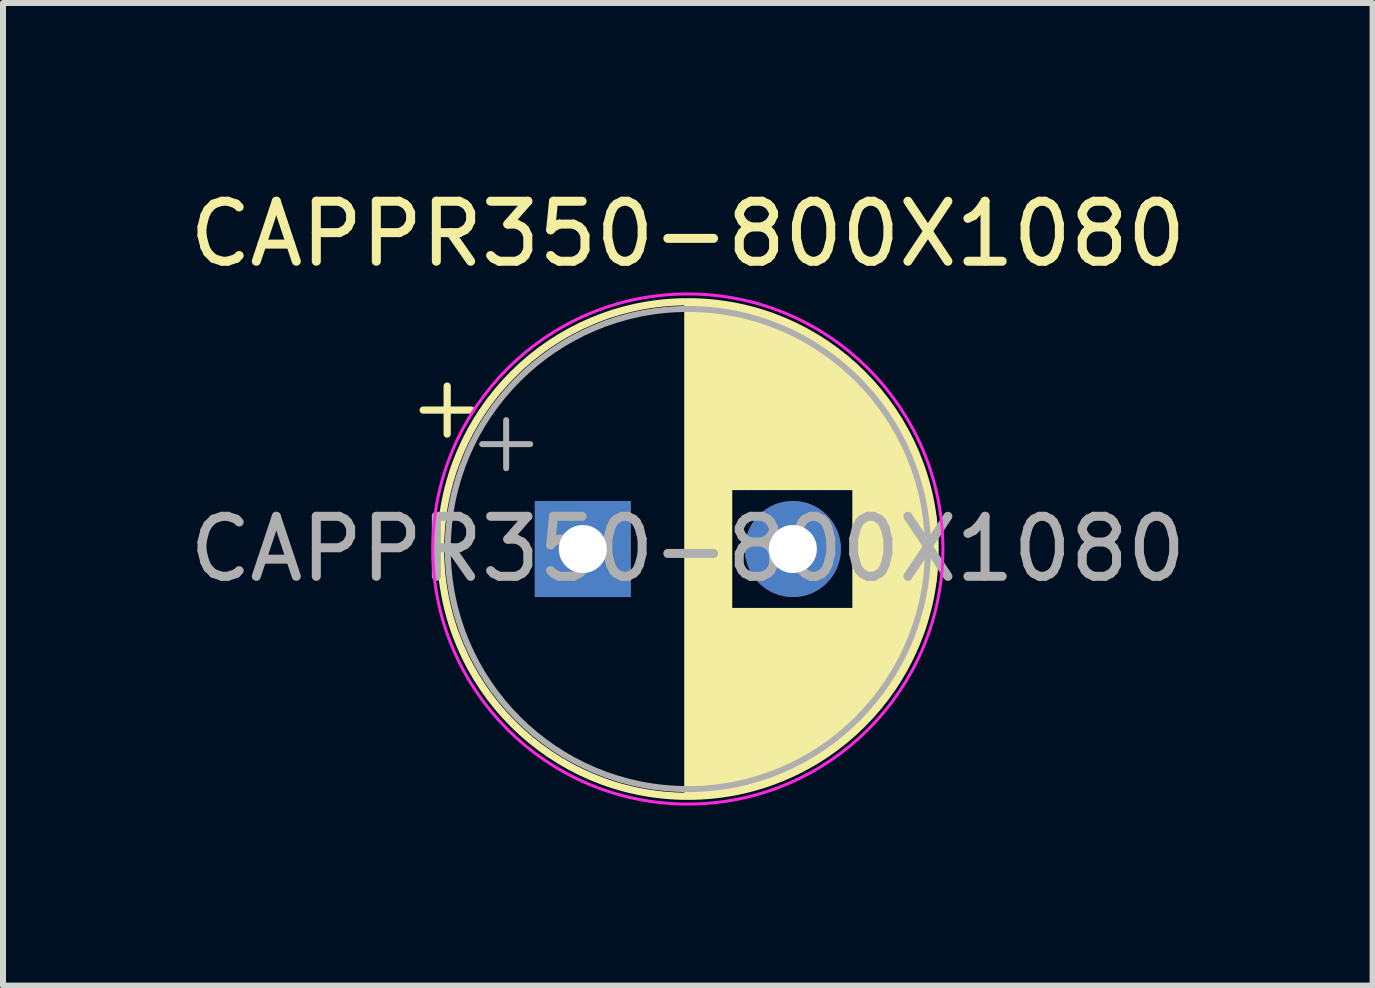
<source format=kicad_pcb>
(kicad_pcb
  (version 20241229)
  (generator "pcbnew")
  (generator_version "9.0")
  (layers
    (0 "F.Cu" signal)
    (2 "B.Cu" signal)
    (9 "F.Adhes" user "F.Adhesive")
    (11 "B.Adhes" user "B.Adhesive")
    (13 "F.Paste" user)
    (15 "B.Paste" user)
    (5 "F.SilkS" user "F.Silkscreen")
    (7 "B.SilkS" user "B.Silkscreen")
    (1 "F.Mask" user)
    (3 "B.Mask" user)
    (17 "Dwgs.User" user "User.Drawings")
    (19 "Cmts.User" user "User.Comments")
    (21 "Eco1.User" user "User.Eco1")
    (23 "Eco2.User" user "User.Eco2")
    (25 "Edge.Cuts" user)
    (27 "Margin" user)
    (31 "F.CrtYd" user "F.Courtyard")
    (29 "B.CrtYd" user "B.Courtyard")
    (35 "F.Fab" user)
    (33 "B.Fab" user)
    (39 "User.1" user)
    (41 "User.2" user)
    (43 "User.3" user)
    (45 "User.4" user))
  (footprint "CAPPR350-800X1080"
    (layer "F.Cu")
    (at 6.661 6.098)
    (property "Reference" "CAPPR350-800X1080" (at 1.75 -5.25 0) (layer "F.SilkS") (effects (font (size 1 1) (thickness 0.15))))
    (attr through_hole)
    (fp_line (start -2.66 -2.315) (end -1.86 -2.315) (stroke (width 0.12) (type solid)) (layer "F.SilkS"))
    (fp_line (start -2.26 -2.715) (end -2.26 -1.915) (stroke (width 0.12) (type solid)) (layer "F.SilkS"))
    (fp_line (start 1.75 -4.08) (end 1.75 4.08) (stroke (width 0.12) (type solid)) (layer "F.SilkS"))
    (fp_line (start 1.79 -4.08) (end 1.79 4.08) (stroke (width 0.12) (type solid)) (layer "F.SilkS"))
    (fp_line (start 1.83 -4.08) (end 1.83 4.08) (stroke (width 0.12) (type solid)) (layer "F.SilkS"))
    (fp_line (start 1.87 -4.079) (end 1.87 4.079) (stroke (width 0.12) (type solid)) (layer "F.SilkS"))
    (fp_line (start 1.91 -4.077) (end 1.91 4.077) (stroke (width 0.12) (type solid)) (layer "F.SilkS"))
    (fp_line (start 1.95 -4.076) (end 1.95 4.076) (stroke (width 0.12) (type solid)) (layer "F.SilkS"))
    (fp_line (start 1.99 -4.074) (end 1.99 4.074) (stroke (width 0.12) (type solid)) (layer "F.SilkS"))
    (fp_line (start 2.03 -4.071) (end 2.03 4.071) (stroke (width 0.12) (type solid)) (layer "F.SilkS"))
    (fp_line (start 2.07 -4.068) (end 2.07 4.068) (stroke (width 0.12) (type solid)) (layer "F.SilkS"))
    (fp_line (start 2.11 -4.065) (end 2.11 4.065) (stroke (width 0.12) (type solid)) (layer "F.SilkS"))
    (fp_line (start 2.15 -4.061) (end 2.15 4.061) (stroke (width 0.12) (type solid)) (layer "F.SilkS"))
    (fp_line (start 2.19 -4.057) (end 2.19 4.057) (stroke (width 0.12) (type solid)) (layer "F.SilkS"))
    (fp_line (start 2.23 -4.052) (end 2.23 4.052) (stroke (width 0.12) (type solid)) (layer "F.SilkS"))
    (fp_line (start 2.27 -4.048) (end 2.27 4.048) (stroke (width 0.12) (type solid)) (layer "F.SilkS"))
    (fp_line (start 2.31 -4.042) (end 2.31 4.042) (stroke (width 0.12) (type solid)) (layer "F.SilkS"))
    (fp_line (start 2.35 -4.037) (end 2.35 4.037) (stroke (width 0.12) (type solid)) (layer "F.SilkS"))
    (fp_line (start 2.39 -4.03) (end 2.39 4.03) (stroke (width 0.12) (type solid)) (layer "F.SilkS"))
    (fp_line (start 2.43 -4.024) (end 2.43 4.024) (stroke (width 0.12) (type solid)) (layer "F.SilkS"))
    (fp_line (start 2.471 -4.017) (end 2.471 -1.04) (stroke (width 0.12) (type solid)) (layer "F.SilkS"))
    (fp_line (start 2.471 1.04) (end 2.471 4.017) (stroke (width 0.12) (type solid)) (layer "F.SilkS"))
    (fp_line (start 2.511 -4.01) (end 2.511 -1.04) (stroke (width 0.12) (type solid)) (layer "F.SilkS"))
    (fp_line (start 2.511 1.04) (end 2.511 4.01) (stroke (width 0.12) (type solid)) (layer "F.SilkS"))
    (fp_line (start 2.551 -4.002) (end 2.551 -1.04) (stroke (width 0.12) (type solid)) (layer "F.SilkS"))
    (fp_line (start 2.551 1.04) (end 2.551 4.002) (stroke (width 0.12) (type solid)) (layer "F.SilkS"))
    (fp_line (start 2.591 -3.994) (end 2.591 -1.04) (stroke (width 0.12) (type solid)) (layer "F.SilkS"))
    (fp_line (start 2.591 1.04) (end 2.591 3.994) (stroke (width 0.12) (type solid)) (layer "F.SilkS"))
    (fp_line (start 2.631 -3.985) (end 2.631 -1.04) (stroke (width 0.12) (type solid)) (layer "F.SilkS"))
    (fp_line (start 2.631 1.04) (end 2.631 3.985) (stroke (width 0.12) (type solid)) (layer "F.SilkS"))
    (fp_line (start 2.671 -3.976) (end 2.671 -1.04) (stroke (width 0.12) (type solid)) (layer "F.SilkS"))
    (fp_line (start 2.671 1.04) (end 2.671 3.976) (stroke (width 0.12) (type solid)) (layer "F.SilkS"))
    (fp_line (start 2.711 -3.967) (end 2.711 -1.04) (stroke (width 0.12) (type solid)) (layer "F.SilkS"))
    (fp_line (start 2.711 1.04) (end 2.711 3.967) (stroke (width 0.12) (type solid)) (layer "F.SilkS"))
    (fp_line (start 2.751 -3.957) (end 2.751 -1.04) (stroke (width 0.12) (type solid)) (layer "F.SilkS"))
    (fp_line (start 2.751 1.04) (end 2.751 3.957) (stroke (width 0.12) (type solid)) (layer "F.SilkS"))
    (fp_line (start 2.791 -3.947) (end 2.791 -1.04) (stroke (width 0.12) (type solid)) (layer "F.SilkS"))
    (fp_line (start 2.791 1.04) (end 2.791 3.947) (stroke (width 0.12) (type solid)) (layer "F.SilkS"))
    (fp_line (start 2.831 -3.936) (end 2.831 -1.04) (stroke (width 0.12) (type solid)) (layer "F.SilkS"))
    (fp_line (start 2.831 1.04) (end 2.831 3.936) (stroke (width 0.12) (type solid)) (layer "F.SilkS"))
    (fp_line (start 2.871 -3.925) (end 2.871 -1.04) (stroke (width 0.12) (type solid)) (layer "F.SilkS"))
    (fp_line (start 2.871 1.04) (end 2.871 3.925) (stroke (width 0.12) (type solid)) (layer "F.SilkS"))
    (fp_line (start 2.911 -3.914) (end 2.911 -1.04) (stroke (width 0.12) (type solid)) (layer "F.SilkS"))
    (fp_line (start 2.911 1.04) (end 2.911 3.914) (stroke (width 0.12) (type solid)) (layer "F.SilkS"))
    (fp_line (start 2.951 -3.902) (end 2.951 -1.04) (stroke (width 0.12) (type solid)) (layer "F.SilkS"))
    (fp_line (start 2.951 1.04) (end 2.951 3.902) (stroke (width 0.12) (type solid)) (layer "F.SilkS"))
    (fp_line (start 2.991 -3.889) (end 2.991 -1.04) (stroke (width 0.12) (type solid)) (layer "F.SilkS"))
    (fp_line (start 2.991 1.04) (end 2.991 3.889) (stroke (width 0.12) (type solid)) (layer "F.SilkS"))
    (fp_line (start 3.031 -3.877) (end 3.031 -1.04) (stroke (width 0.12) (type solid)) (layer "F.SilkS"))
    (fp_line (start 3.031 1.04) (end 3.031 3.877) (stroke (width 0.12) (type solid)) (layer "F.SilkS"))
    (fp_line (start 3.071 -3.863) (end 3.071 -1.04) (stroke (width 0.12) (type solid)) (layer "F.SilkS"))
    (fp_line (start 3.071 1.04) (end 3.071 3.863) (stroke (width 0.12) (type solid)) (layer "F.SilkS"))
    (fp_line (start 3.111 -3.85) (end 3.111 -1.04) (stroke (width 0.12) (type solid)) (layer "F.SilkS"))
    (fp_line (start 3.111 1.04) (end 3.111 3.85) (stroke (width 0.12) (type solid)) (layer "F.SilkS"))
    (fp_line (start 3.151 -3.835) (end 3.151 -1.04) (stroke (width 0.12) (type solid)) (layer "F.SilkS"))
    (fp_line (start 3.151 1.04) (end 3.151 3.835) (stroke (width 0.12) (type solid)) (layer "F.SilkS"))
    (fp_line (start 3.191 -3.821) (end 3.191 -1.04) (stroke (width 0.12) (type solid)) (layer "F.SilkS"))
    (fp_line (start 3.191 1.04) (end 3.191 3.821) (stroke (width 0.12) (type solid)) (layer "F.SilkS"))
    (fp_line (start 3.231 -3.805) (end 3.231 -1.04) (stroke (width 0.12) (type solid)) (layer "F.SilkS"))
    (fp_line (start 3.231 1.04) (end 3.231 3.805) (stroke (width 0.12) (type solid)) (layer "F.SilkS"))
    (fp_line (start 3.271 -3.79) (end 3.271 -1.04) (stroke (width 0.12) (type solid)) (layer "F.SilkS"))
    (fp_line (start 3.271 1.04) (end 3.271 3.79) (stroke (width 0.12) (type solid)) (layer "F.SilkS"))
    (fp_line (start 3.311 -3.774) (end 3.311 -1.04) (stroke (width 0.12) (type solid)) (layer "F.SilkS"))
    (fp_line (start 3.311 1.04) (end 3.311 3.774) (stroke (width 0.12) (type solid)) (layer "F.SilkS"))
    (fp_line (start 3.351 -3.757) (end 3.351 -1.04) (stroke (width 0.12) (type solid)) (layer "F.SilkS"))
    (fp_line (start 3.351 1.04) (end 3.351 3.757) (stroke (width 0.12) (type solid)) (layer "F.SilkS"))
    (fp_line (start 3.391 -3.74) (end 3.391 -1.04) (stroke (width 0.12) (type solid)) (layer "F.SilkS"))
    (fp_line (start 3.391 1.04) (end 3.391 3.74) (stroke (width 0.12) (type solid)) (layer "F.SilkS"))
    (fp_line (start 3.431 -3.722) (end 3.431 -1.04) (stroke (width 0.12) (type solid)) (layer "F.SilkS"))
    (fp_line (start 3.431 1.04) (end 3.431 3.722) (stroke (width 0.12) (type solid)) (layer "F.SilkS"))
    (fp_line (start 3.471 -3.704) (end 3.471 -1.04) (stroke (width 0.12) (type solid)) (layer "F.SilkS"))
    (fp_line (start 3.471 1.04) (end 3.471 3.704) (stroke (width 0.12) (type solid)) (layer "F.SilkS"))
    (fp_line (start 3.511 -3.686) (end 3.511 -1.04) (stroke (width 0.12) (type solid)) (layer "F.SilkS"))
    (fp_line (start 3.511 1.04) (end 3.511 3.686) (stroke (width 0.12) (type solid)) (layer "F.SilkS"))
    (fp_line (start 3.551 -3.666) (end 3.551 -1.04) (stroke (width 0.12) (type solid)) (layer "F.SilkS"))
    (fp_line (start 3.551 1.04) (end 3.551 3.666) (stroke (width 0.12) (type solid)) (layer "F.SilkS"))
    (fp_line (start 3.591 -3.647) (end 3.591 -1.04) (stroke (width 0.12) (type solid)) (layer "F.SilkS"))
    (fp_line (start 3.591 1.04) (end 3.591 3.647) (stroke (width 0.12) (type solid)) (layer "F.SilkS"))
    (fp_line (start 3.631 -3.627) (end 3.631 -1.04) (stroke (width 0.12) (type solid)) (layer "F.SilkS"))
    (fp_line (start 3.631 1.04) (end 3.631 3.627) (stroke (width 0.12) (type solid)) (layer "F.SilkS"))
    (fp_line (start 3.671 -3.606) (end 3.671 -1.04) (stroke (width 0.12) (type solid)) (layer "F.SilkS"))
    (fp_line (start 3.671 1.04) (end 3.671 3.606) (stroke (width 0.12) (type solid)) (layer "F.SilkS"))
    (fp_line (start 3.711 -3.584) (end 3.711 -1.04) (stroke (width 0.12) (type solid)) (layer "F.SilkS"))
    (fp_line (start 3.711 1.04) (end 3.711 3.584) (stroke (width 0.12) (type solid)) (layer "F.SilkS"))
    (fp_line (start 3.751 -3.562) (end 3.751 -1.04) (stroke (width 0.12) (type solid)) (layer "F.SilkS"))
    (fp_line (start 3.751 1.04) (end 3.751 3.562) (stroke (width 0.12) (type solid)) (layer "F.SilkS"))
    (fp_line (start 3.791 -3.54) (end 3.791 -1.04) (stroke (width 0.12) (type solid)) (layer "F.SilkS"))
    (fp_line (start 3.791 1.04) (end 3.791 3.54) (stroke (width 0.12) (type solid)) (layer "F.SilkS"))
    (fp_line (start 3.831 -3.517) (end 3.831 -1.04) (stroke (width 0.12) (type solid)) (layer "F.SilkS"))
    (fp_line (start 3.831 1.04) (end 3.831 3.517) (stroke (width 0.12) (type solid)) (layer "F.SilkS"))
    (fp_line (start 3.871 -3.493) (end 3.871 -1.04) (stroke (width 0.12) (type solid)) (layer "F.SilkS"))
    (fp_line (start 3.871 1.04) (end 3.871 3.493) (stroke (width 0.12) (type solid)) (layer "F.SilkS"))
    (fp_line (start 3.911 -3.469) (end 3.911 -1.04) (stroke (width 0.12) (type solid)) (layer "F.SilkS"))
    (fp_line (start 3.911 1.04) (end 3.911 3.469) (stroke (width 0.12) (type solid)) (layer "F.SilkS"))
    (fp_line (start 3.951 -3.444) (end 3.951 -1.04) (stroke (width 0.12) (type solid)) (layer "F.SilkS"))
    (fp_line (start 3.951 1.04) (end 3.951 3.444) (stroke (width 0.12) (type solid)) (layer "F.SilkS"))
    (fp_line (start 3.991 -3.418) (end 3.991 -1.04) (stroke (width 0.12) (type solid)) (layer "F.SilkS"))
    (fp_line (start 3.991 1.04) (end 3.991 3.418) (stroke (width 0.12) (type solid)) (layer "F.SilkS"))
    (fp_line (start 4.031 -3.392) (end 4.031 -1.04) (stroke (width 0.12) (type solid)) (layer "F.SilkS"))
    (fp_line (start 4.031 1.04) (end 4.031 3.392) (stroke (width 0.12) (type solid)) (layer "F.SilkS"))
    (fp_line (start 4.071 -3.365) (end 4.071 -1.04) (stroke (width 0.12) (type solid)) (layer "F.SilkS"))
    (fp_line (start 4.071 1.04) (end 4.071 3.365) (stroke (width 0.12) (type solid)) (layer "F.SilkS"))
    (fp_line (start 4.111 -3.338) (end 4.111 -1.04) (stroke (width 0.12) (type solid)) (layer "F.SilkS"))
    (fp_line (start 4.111 1.04) (end 4.111 3.338) (stroke (width 0.12) (type solid)) (layer "F.SilkS"))
    (fp_line (start 4.151 -3.309) (end 4.151 -1.04) (stroke (width 0.12) (type solid)) (layer "F.SilkS"))
    (fp_line (start 4.151 1.04) (end 4.151 3.309) (stroke (width 0.12) (type solid)) (layer "F.SilkS"))
    (fp_line (start 4.191 -3.28) (end 4.191 -1.04) (stroke (width 0.12) (type solid)) (layer "F.SilkS"))
    (fp_line (start 4.191 1.04) (end 4.191 3.28) (stroke (width 0.12) (type solid)) (layer "F.SilkS"))
    (fp_line (start 4.231 -3.25) (end 4.231 -1.04) (stroke (width 0.12) (type solid)) (layer "F.SilkS"))
    (fp_line (start 4.231 1.04) (end 4.231 3.25) (stroke (width 0.12) (type solid)) (layer "F.SilkS"))
    (fp_line (start 4.271 -3.22) (end 4.271 -1.04) (stroke (width 0.12) (type solid)) (layer "F.SilkS"))
    (fp_line (start 4.271 1.04) (end 4.271 3.22) (stroke (width 0.12) (type solid)) (layer "F.SilkS"))
    (fp_line (start 4.311 -3.189) (end 4.311 -1.04) (stroke (width 0.12) (type solid)) (layer "F.SilkS"))
    (fp_line (start 4.311 1.04) (end 4.311 3.189) (stroke (width 0.12) (type solid)) (layer "F.SilkS"))
    (fp_line (start 4.351 -3.156) (end 4.351 -1.04) (stroke (width 0.12) (type solid)) (layer "F.SilkS"))
    (fp_line (start 4.351 1.04) (end 4.351 3.156) (stroke (width 0.12) (type solid)) (layer "F.SilkS"))
    (fp_line (start 4.391 -3.124) (end 4.391 -1.04) (stroke (width 0.12) (type solid)) (layer "F.SilkS"))
    (fp_line (start 4.391 1.04) (end 4.391 3.124) (stroke (width 0.12) (type solid)) (layer "F.SilkS"))
    (fp_line (start 4.431 -3.09) (end 4.431 -1.04) (stroke (width 0.12) (type solid)) (layer "F.SilkS"))
    (fp_line (start 4.431 1.04) (end 4.431 3.09) (stroke (width 0.12) (type solid)) (layer "F.SilkS"))
    (fp_line (start 4.471 -3.055) (end 4.471 -1.04) (stroke (width 0.12) (type solid)) (layer "F.SilkS"))
    (fp_line (start 4.471 1.04) (end 4.471 3.055) (stroke (width 0.12) (type solid)) (layer "F.SilkS"))
    (fp_line (start 4.511 -3.019) (end 4.511 -1.04) (stroke (width 0.12) (type solid)) (layer "F.SilkS"))
    (fp_line (start 4.511 1.04) (end 4.511 3.019) (stroke (width 0.12) (type solid)) (layer "F.SilkS"))
    (fp_line (start 4.551 -2.983) (end 4.551 2.983) (stroke (width 0.12) (type solid)) (layer "F.SilkS"))
    (fp_line (start 4.591 -2.945) (end 4.591 2.945) (stroke (width 0.12) (type solid)) (layer "F.SilkS"))
    (fp_line (start 4.631 -2.907) (end 4.631 2.907) (stroke (width 0.12) (type solid)) (layer "F.SilkS"))
    (fp_line (start 4.671 -2.867) (end 4.671 2.867) (stroke (width 0.12) (type solid)) (layer "F.SilkS"))
    (fp_line (start 4.711 -2.826) (end 4.711 2.826) (stroke (width 0.12) (type solid)) (layer "F.SilkS"))
    (fp_line (start 4.751 -2.784) (end 4.751 2.784) (stroke (width 0.12) (type solid)) (layer "F.SilkS"))
    (fp_line (start 4.791 -2.741) (end 4.791 2.741) (stroke (width 0.12) (type solid)) (layer "F.SilkS"))
    (fp_line (start 4.831 -2.697) (end 4.831 2.697) (stroke (width 0.12) (type solid)) (layer "F.SilkS"))
    (fp_line (start 4.871 -2.651) (end 4.871 2.651) (stroke (width 0.12) (type solid)) (layer "F.SilkS"))
    (fp_line (start 4.911 -2.604) (end 4.911 2.604) (stroke (width 0.12) (type solid)) (layer "F.SilkS"))
    (fp_line (start 4.951 -2.556) (end 4.951 2.556) (stroke (width 0.12) (type solid)) (layer "F.SilkS"))
    (fp_line (start 4.991 -2.505) (end 4.991 2.505) (stroke (width 0.12) (type solid)) (layer "F.SilkS"))
    (fp_line (start 5.031 -2.454) (end 5.031 2.454) (stroke (width 0.12) (type solid)) (layer "F.SilkS"))
    (fp_line (start 5.071 -2.4) (end 5.071 2.4) (stroke (width 0.12) (type solid)) (layer "F.SilkS"))
    (fp_line (start 5.111 -2.345) (end 5.111 2.345) (stroke (width 0.12) (type solid)) (layer "F.SilkS"))
    (fp_line (start 5.151 -2.287) (end 5.151 2.287) (stroke (width 0.12) (type solid)) (layer "F.SilkS"))
    (fp_line (start 5.191 -2.228) (end 5.191 2.228) (stroke (width 0.12) (type solid)) (layer "F.SilkS"))
    (fp_line (start 5.231 -2.166) (end 5.231 2.166) (stroke (width 0.12) (type solid)) (layer "F.SilkS"))
    (fp_line (start 5.271 -2.102) (end 5.271 2.102) (stroke (width 0.12) (type solid)) (layer "F.SilkS"))
    (fp_line (start 5.311 -2.034) (end 5.311 2.034) (stroke (width 0.12) (type solid)) (layer "F.SilkS"))
    (fp_line (start 5.351 -1.964) (end 5.351 1.964) (stroke (width 0.12) (type solid)) (layer "F.SilkS"))
    (fp_line (start 5.391 -1.89) (end 5.391 1.89) (stroke (width 0.12) (type solid)) (layer "F.SilkS"))
    (fp_line (start 5.431 -1.813) (end 5.431 1.813) (stroke (width 0.12) (type solid)) (layer "F.SilkS"))
    (fp_line (start 5.471 -1.731) (end 5.471 1.731) (stroke (width 0.12) (type solid)) (layer "F.SilkS"))
    (fp_line (start 5.511 -1.645) (end 5.511 1.645) (stroke (width 0.12) (type solid)) (layer "F.SilkS"))
    (fp_line (start 5.551 -1.552) (end 5.551 1.552) (stroke (width 0.12) (type solid)) (layer "F.SilkS"))
    (fp_line (start 5.591 -1.453) (end 5.591 1.453) (stroke (width 0.12) (type solid)) (layer "F.SilkS"))
    (fp_line (start 5.631 -1.346) (end 5.631 1.346) (stroke (width 0.12) (type solid)) (layer "F.SilkS"))
    (fp_line (start 5.671 -1.229) (end 5.671 1.229) (stroke (width 0.12) (type solid)) (layer "F.SilkS"))
    (fp_line (start 5.711 -1.098) (end 5.711 1.098) (stroke (width 0.12) (type solid)) (layer "F.SilkS"))
    (fp_line (start 5.751 -0.948) (end 5.751 0.948) (stroke (width 0.12) (type solid)) (layer "F.SilkS"))
    (fp_line (start 5.791 -0.768) (end 5.791 0.768) (stroke (width 0.12) (type solid)) (layer "F.SilkS"))
    (fp_line (start 5.831 -0.533) (end 5.831 0.533) (stroke (width 0.12) (type solid)) (layer "F.SilkS"))
    (fp_circle (center 1.75 0) (end 5.87 0) (stroke (width 0.12) (type solid)) (fill no) (layer "F.SilkS"))
    (fp_circle (center 1.75 0) (end 6 0) (stroke (width 0.05) (type solid)) (fill no) (layer "F.CrtYd"))
    (fp_line (start -1.677 -1.748) (end -0.877 -1.748) (stroke (width 0.1) (type solid)) (layer "F.Fab"))
    (fp_line (start -1.277 -2.147) (end -1.277 -1.347) (stroke (width 0.1) (type solid)) (layer "F.Fab"))
    (fp_circle (center 1.75 0) (end 5.75 0) (stroke (width 0.1) (type solid)) (fill no) (layer "F.Fab"))
    (fp_text user "${REFERENCE}" (at 1.75 0 0) (layer "F.Fab") (effects (font (size 1 1) (thickness 0.15))))
    (pad "1" thru_hole rect (at 0 0) (size 1.6 1.6) (drill 0.8) (layers "*.Cu" "*.Mask"))
    (pad "2" thru_hole circle (at 3.5 0) (size 1.6 1.6) (drill 0.8) (layers "*.Cu" "*.Mask")))
  (gr_rect
    (start -3 -3)
    (end 19.821 13.373)
    (stroke (width 0.1) (type default))
    (fill no)
    (layer "Edge.Cuts")))
</source>
